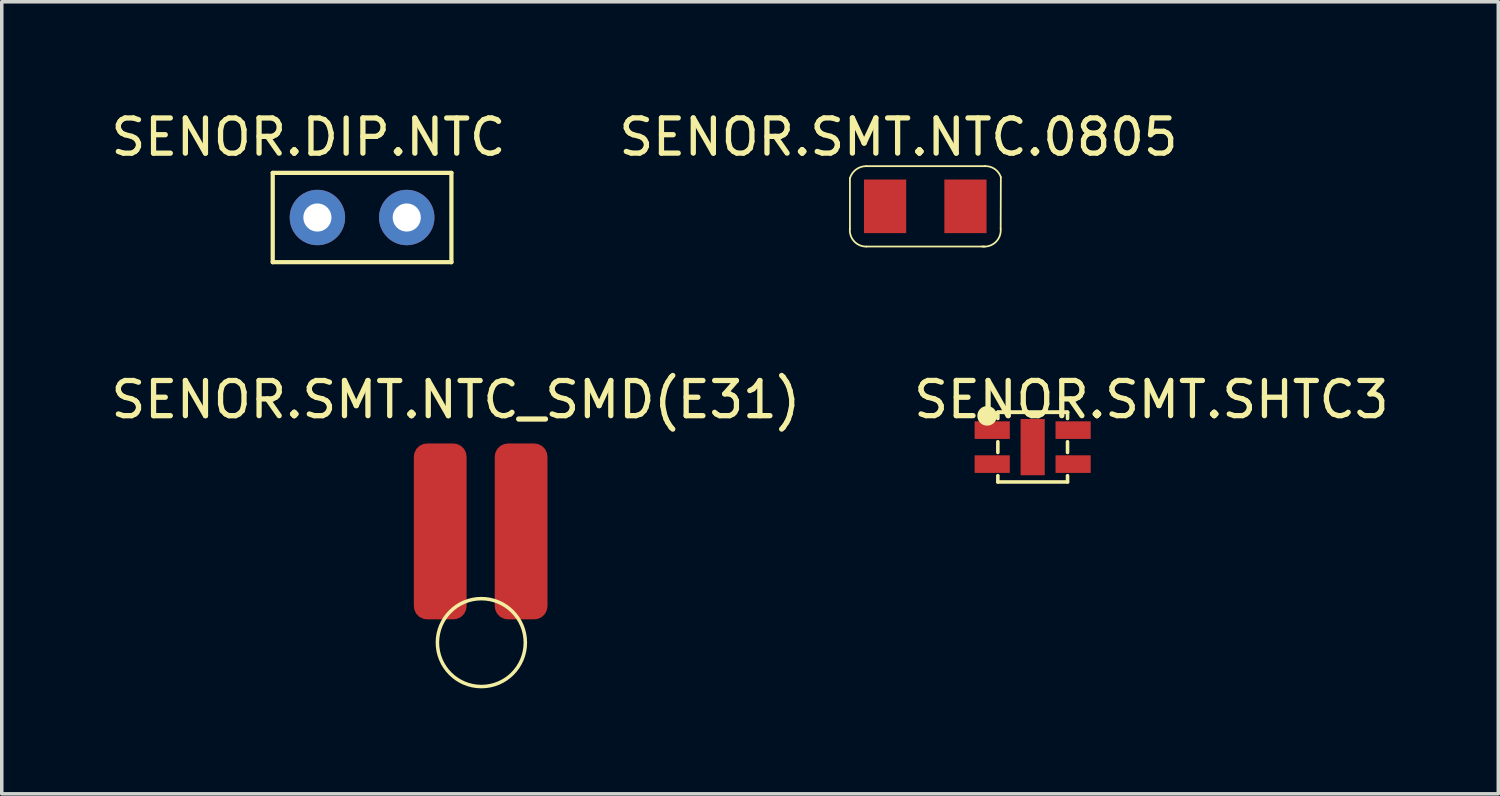
<source format=kicad_pcb>
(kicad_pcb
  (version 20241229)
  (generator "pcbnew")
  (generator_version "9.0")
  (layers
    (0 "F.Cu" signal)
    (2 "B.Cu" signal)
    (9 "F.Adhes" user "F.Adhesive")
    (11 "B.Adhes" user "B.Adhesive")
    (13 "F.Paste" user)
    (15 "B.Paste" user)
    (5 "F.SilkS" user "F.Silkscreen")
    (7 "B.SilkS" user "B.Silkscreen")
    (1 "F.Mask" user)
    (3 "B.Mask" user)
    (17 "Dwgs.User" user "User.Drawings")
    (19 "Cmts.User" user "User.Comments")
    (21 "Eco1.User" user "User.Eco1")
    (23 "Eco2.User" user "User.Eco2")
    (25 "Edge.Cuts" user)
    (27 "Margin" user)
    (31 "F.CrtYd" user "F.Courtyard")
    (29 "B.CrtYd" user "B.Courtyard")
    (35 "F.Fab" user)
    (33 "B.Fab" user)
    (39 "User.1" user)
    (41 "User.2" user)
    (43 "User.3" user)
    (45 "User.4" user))
  (footprint "SENOR.SMT.NTC_SMD(E31)"
    (layer "F.Cu")
    (at 10.419 12.758)
    (property "Reference" "SENOR.SMT.NTC_SMD(E31)" (at -0.508 -4.445 0) (layer "F.SilkS") (effects (font (size 1 1) (thickness 0.15))))
    (attr through_hole)
    (fp_circle (center 0.217 2.462) (end 1.467 2.462) (stroke (width 0.1) (type solid)) (fill no) (layer "F.SilkS"))
    (pad "1" smd roundrect (at -0.953 -0.699) (size 1.5 5) (layers "F.Cu" "F.Mask" "F.Paste") (roundrect_rratio 0.25))
    (pad "2" smd roundrect (at 1.347 -0.699) (size 1.5 5) (layers "F.Cu" "F.Mask" "F.Paste") (roundrect_rratio 0.25)))
  (footprint "SENOR.SMT.SHTC3"
    (layer "F.Cu")
    (at 26.285 9.662)
    (property "Reference" "SENOR.SMT.SHTC3" (at 3.4 -1.35 0) (layer "F.SilkS") (effects (font (size 1 1) (thickness 0.15))))
    (attr through_hole)
    (fp_line (start -0.965 -0.991) (end 1.016 -0.991) (stroke (width 0.102) (type solid)) (layer "F.SilkS"))
    (fp_line (start -0.965 -0.991) (end 1.016 -0.991) (stroke (width 0.102) (type solid)) (layer "F.SilkS"))
    (fp_line (start -0.965 -0.813) (end -0.965 -0.991) (stroke (width 0.102) (type solid)) (layer "F.SilkS"))
    (fp_line (start -0.965 0.152) (end -0.965 -0.152) (stroke (width 0.102) (type solid)) (layer "F.SilkS"))
    (fp_line (start -0.965 0.991) (end -0.965 0.813) (stroke (width 0.102) (type solid)) (layer "F.SilkS"))
    (fp_line (start -0.965 0.991) (end 1.016 0.991) (stroke (width 0.102) (type solid)) (layer "F.SilkS"))
    (fp_line (start 1.016 -0.813) (end 1.016 -0.991) (stroke (width 0.102) (type solid)) (layer "F.SilkS"))
    (fp_line (start 1.016 0.152) (end 1.016 -0.152) (stroke (width 0.102) (type solid)) (layer "F.SilkS"))
    (fp_line (start 1.016 0.991) (end 1.016 0.813) (stroke (width 0.102) (type solid)) (layer "F.SilkS"))
    (fp_circle (center -1.27 -0.889) (end -1.245 -0.889) (stroke (width 0.254) (type solid)) (fill no) (layer "F.SilkS"))
    (pad "1" smd rect (at -1.125 -0.483 180) (size 1 0.5) (layers "F.Cu" "F.Mask" "F.Paste"))
    (pad "2" smd rect (at -1.125 0.483 180) (size 1 0.5) (layers "F.Cu" "F.Mask" "F.Paste"))
    (pad "3" smd rect (at 1.175 0.483 180) (size 1 0.5) (layers "F.Cu" "F.Mask" "F.Paste"))
    (pad "4" smd rect (at 1.175 -0.483 180) (size 1 0.5) (layers "F.Cu" "F.Mask" "F.Paste"))
    (pad "5" smd rect (at 0.025 0 180) (size 0.686 1.6) (layers "F.Cu" "F.Mask" "F.Paste")))
  (footprint "SENOR.SMT.NTC.0805"
    (layer "F.Cu")
    (at 23.193 2.88)
    (property "Reference" "SENOR.SMT.NTC.0805" (at -0.699 -2.032 0) (layer "F.SilkS") (effects (font (size 1 1) (thickness 0.15))))
    (attr through_hole)
    (fp_line (start -2.079 0.572) (end -2.079 -0.861) (stroke (width 0.05) (type solid)) (layer "F.SilkS"))
    (fp_line (start -1.613 -1.206) (end 1.77 -1.206) (stroke (width 0.05) (type solid)) (layer "F.SilkS"))
    (fp_line (start -1.613 1.079) (end 1.755 1.079) (stroke (width 0.05) (type solid)) (layer "F.SilkS"))
    (fp_line (start 2.207 0.572) (end 2.212 -0.892) (stroke (width 0.05) (type solid)) (layer "F.SilkS"))
    (fp_arc (start -2.077481 -0.865695) (mid -1.903672 -1.111522) (end -1.61798 -1.2065) (stroke (width 0.05) (type solid)) (layer "F.SilkS"))
    (fp_arc (start -1.612893 1.080184) (mid -1.958073 0.931856) (end -2.08026 0.57658) (stroke (width 0.05) (type solid)) (layer "F.SilkS"))
    (fp_arc (start 1.75514 -1.2065) (mid 2.035311 -1.12791) (end 2.211513 -0.89634) (stroke (width 0.05) (type solid)) (layer "F.SilkS"))
    (fp_arc (start 2.20726 0.57658) (mid 2.065368 0.952932) (end 1.682796 1.077084) (stroke (width 0.05) (type solid)) (layer "F.SilkS"))
    (pad "1" smd rect (at -1.079 -0.064) (size 1.2 1.524) (layers "F.Cu" "F.Mask" "F.Paste"))
    (pad "2" smd rect (at 1.206 -0.064) (size 1.2 1.524) (layers "F.Cu" "F.Mask" "F.Paste")))
  (footprint "SENOR.DIP.NTC"
    (layer "F.Cu")
    (at 7.244 3.198)
    (property "Reference" "SENOR.DIP.NTC" (at -1.524 -2.349 0) (layer "F.SilkS") (effects (font (size 1 1) (thickness 0.15))))
    (attr through_hole)
    (fp_line (start -2.54 -1.333) (end 2.54 -1.333) (stroke (width 0.12) (type solid)) (layer "F.SilkS"))
    (fp_line (start -2.54 1.206) (end -2.54 -1.333) (stroke (width 0.12) (type solid)) (layer "F.SilkS"))
    (fp_line (start 2.54 1.206) (end -2.54 1.206) (stroke (width 0.12) (type solid)) (layer "F.SilkS"))
    (fp_line (start 2.54 1.206) (end 2.54 -1.333) (stroke (width 0.12) (type solid)) (layer "F.SilkS"))
    (pad "1" thru_hole circle (at -1.27 -0.064) (size 1.575 1.575) (drill 0.8) (layers "*.Cu" "*.Mask"))
    (pad "2" thru_hole circle (at 1.27 -0.064) (size 1.575 1.575) (drill 0.8) (layers "*.Cu" "*.Mask")))
  (gr_rect
    (start -3 -3)
    (end 39.548 19.52)
    (stroke (width 0.1) (type default))
    (fill no)
    (layer "Edge.Cuts")))
</source>
